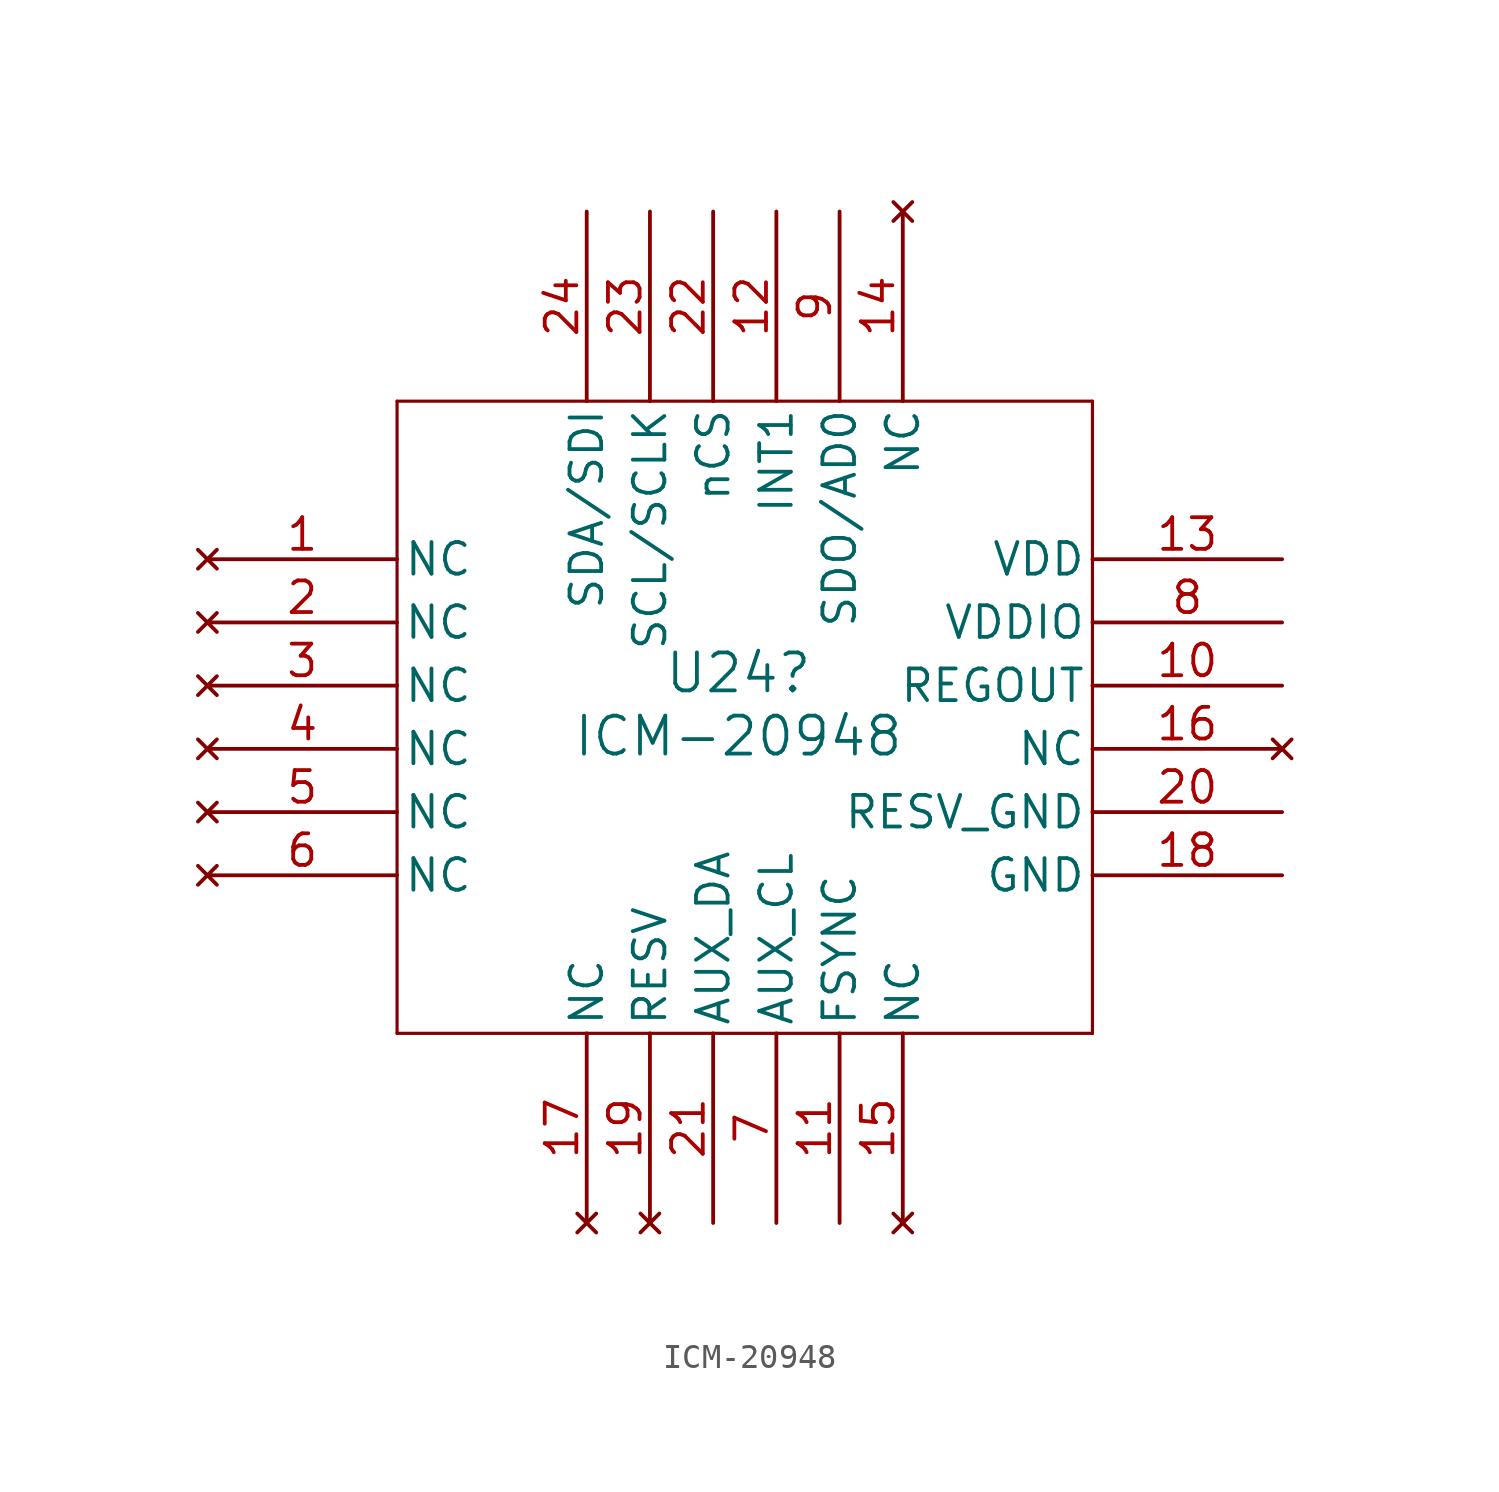
<source format=kicad_sym>
(kicad_symbol_lib
  (version 20241209)
  (generator "kicad_symbol_editor")
  (generator_version "9.0")
  (symbol "ICM-20948"
    (pin_names
      (offset 0.254))
    (property "Reference" "U24"
      (at 13.716 -10.922 0)
      (effects (font (size 1.524 1.524))))
    (property "Value" "ICM-20948"
      (at 13.716 -13.462 0)
      (effects (font (size 1.524 1.524))))
    (property "ki_locked" ""
      (at 0 0 0)
      (effects (font (size 1.27 1.27))))
    (symbol "ICM-20948_0_1"
      (polyline (pts (xy 0 0) (xy 0 -25.4)) (stroke (width 0.127) (type default)) (fill (type none)))
      (polyline (pts (xy 0 -25.4) (xy 27.94 -25.4)) (stroke (width 0.127) (type default)) (fill (type none)))
      (polyline (pts (xy 27.94 0) (xy 0 0)) (stroke (width 0.127) (type default)) (fill (type none)))
      (polyline (pts (xy 27.94 -25.4) (xy 27.94 0)) (stroke (width 0.127) (type default)) (fill (type none)))
      (pin no_connect line (at -7.62 -6.35 0) (length 7.62) (name "NC" (effects (font (size 1.27 1.27)))) (number "1" (effects (font (size 1.27 1.27)))))
      (pin no_connect line (at -7.62 -8.89 0) (length 7.62) (name "NC" (effects (font (size 1.27 1.27)))) (number "2" (effects (font (size 1.27 1.27)))))
      (pin no_connect line (at -7.62 -11.43 0) (length 7.62) (name "NC" (effects (font (size 1.27 1.27)))) (number "3" (effects (font (size 1.27 1.27)))))
      (pin no_connect line (at -7.62 -13.97 0) (length 7.62) (name "NC" (effects (font (size 1.27 1.27)))) (number "4" (effects (font (size 1.27 1.27)))))
      (pin no_connect line (at -7.62 -16.51 0) (length 7.62) (name "NC" (effects (font (size 1.27 1.27)))) (number "5" (effects (font (size 1.27 1.27)))))
      (pin no_connect line (at -7.62 -19.05 0) (length 7.62) (name "NC" (effects (font (size 1.27 1.27)))) (number "6" (effects (font (size 1.27 1.27)))))
      (pin input line (at 7.62 7.62 270) (length 7.62) (name "SDA/SDI" (effects (font (size 1.27 1.27)))) (number "24" (effects (font (size 1.27 1.27)))))
      (pin no_connect line (at 7.62 -33.02 90) (length 7.62) (name "NC" (effects (font (size 1.27 1.27)))) (number "17" (effects (font (size 1.27 1.27)))))
      (pin input line (at 10.16 7.62 270) (length 7.62) (name "SCL/SCLK" (effects (font (size 1.27 1.27)))) (number "23" (effects (font (size 1.27 1.27)))))
      (pin no_connect line (at 10.16 -33.02 90) (length 7.62) (name "RESV" (effects (font (size 1.27 1.27)))) (number "19" (effects (font (size 1.27 1.27)))))
      (pin input line (at 12.7 7.62 270) (length 7.62) (name "nCS" (effects (font (size 1.27 1.27)))) (number "22" (effects (font (size 1.27 1.27)))))
      (pin unspecified line (at 12.7 -33.02 90) (length 7.62) (name "AUX_DA" (effects (font (size 1.27 1.27)))) (number "21" (effects (font (size 1.27 1.27)))))
      (pin output line (at 15.24 7.62 270) (length 7.62) (name "INT1" (effects (font (size 1.27 1.27)))) (number "12" (effects (font (size 1.27 1.27)))))
      (pin unspecified line (at 15.24 -33.02 90) (length 7.62) (name "AUX_CL" (effects (font (size 1.27 1.27)))) (number "7" (effects (font (size 1.27 1.27)))))
      (pin bidirectional line (at 17.78 7.62 270) (length 7.62) (name "SDO/AD0" (effects (font (size 1.27 1.27)))) (number "9" (effects (font (size 1.27 1.27)))))
      (pin input line (at 17.78 -33.02 90) (length 7.62) (name "FSYNC" (effects (font (size 1.27 1.27)))) (number "11" (effects (font (size 1.27 1.27)))))
      (pin no_connect line (at 20.32 7.62 270) (length 7.62) (name "NC" (effects (font (size 1.27 1.27)))) (number "14" (effects (font (size 1.27 1.27)))))
      (pin no_connect line (at 20.32 -33.02 90) (length 7.62) (name "NC" (effects (font (size 1.27 1.27)))) (number "15" (effects (font (size 1.27 1.27)))))
      (pin power_in line (at 35.56 -6.35 180) (length 7.62) (name "VDD" (effects (font (size 1.27 1.27)))) (number "13" (effects (font (size 1.27 1.27)))))
      (pin power_in line (at 35.56 -8.89 180) (length 7.62) (name "VDDIO" (effects (font (size 1.27 1.27)))) (number "8" (effects (font (size 1.27 1.27)))))
      (pin output line (at 35.56 -11.43 180) (length 7.62) (name "REGOUT" (effects (font (size 1.27 1.27)))) (number "10" (effects (font (size 1.27 1.27)))))
      (pin no_connect line (at 35.56 -13.97 180) (length 7.62) (name "NC" (effects (font (size 1.27 1.27)))) (number "16" (effects (font (size 1.27 1.27)))))
      (pin power_out line (at 35.56 -16.51 180) (length 7.62) (name "RESV_GND" (effects (font (size 1.27 1.27)))) (number "20" (effects (font (size 1.27 1.27)))))
      (pin power_out line (at 35.56 -19.05 180) (length 7.62) (name "GND" (effects (font (size 1.27 1.27)))) (number "18" (effects (font (size 1.27 1.27))))))))
</source>
